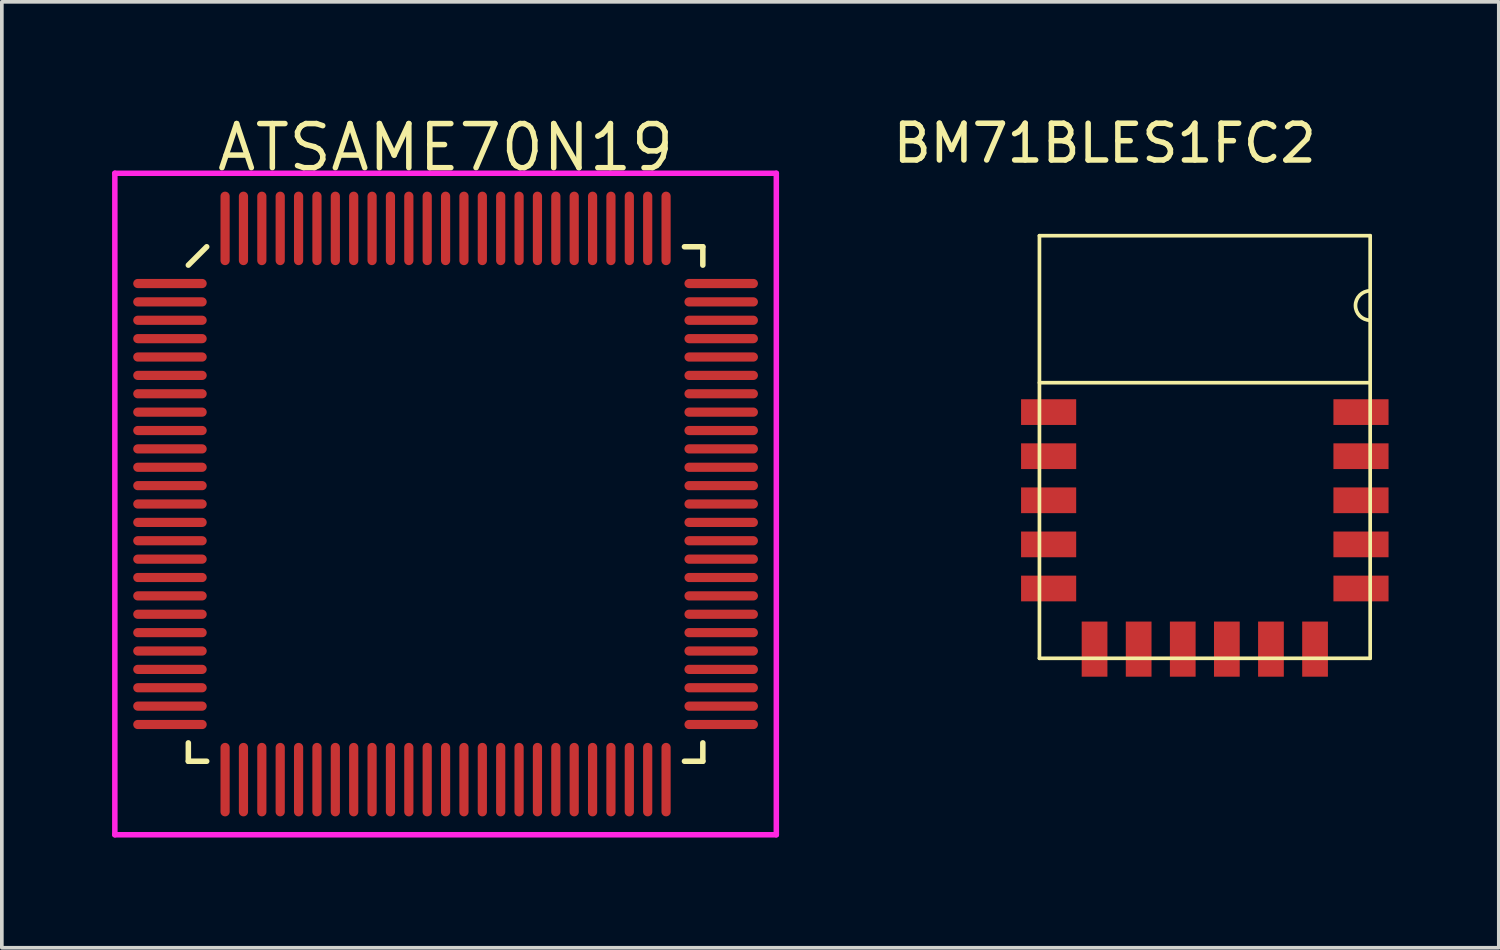
<source format=kicad_pcb>
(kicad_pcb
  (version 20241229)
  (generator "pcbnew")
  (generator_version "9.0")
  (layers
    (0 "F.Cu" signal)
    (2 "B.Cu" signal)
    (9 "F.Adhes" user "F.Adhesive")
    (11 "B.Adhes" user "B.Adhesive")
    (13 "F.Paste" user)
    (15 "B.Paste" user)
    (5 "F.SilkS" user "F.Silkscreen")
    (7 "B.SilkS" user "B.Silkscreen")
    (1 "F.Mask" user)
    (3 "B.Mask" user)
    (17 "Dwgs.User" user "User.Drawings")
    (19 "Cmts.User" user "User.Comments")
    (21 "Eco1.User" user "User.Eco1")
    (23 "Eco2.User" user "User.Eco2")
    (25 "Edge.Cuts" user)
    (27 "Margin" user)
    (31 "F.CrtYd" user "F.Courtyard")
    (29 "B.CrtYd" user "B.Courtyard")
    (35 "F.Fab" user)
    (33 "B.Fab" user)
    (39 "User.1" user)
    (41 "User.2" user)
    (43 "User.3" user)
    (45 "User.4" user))
  (footprint "ATSAME70N19"
    (layer "F.Cu")
    (at 9.075 10.665)
    (property "Reference" "ATSAME70N19" (at 0 -9.7 0) (layer "F.SilkS") (effects (font (size 1.2 1.2) (thickness 0.15))))
    (attr through_hole)
    (fp_line (start -7 -6.5) (end -6.5 -7) (stroke (width 0.15) (type solid)) (layer "F.SilkS"))
    (fp_line (start -7 7) (end -7 6.5) (stroke (width 0.15) (type solid)) (layer "F.SilkS"))
    (fp_line (start -6.5 7) (end -7 7) (stroke (width 0.15) (type solid)) (layer "F.SilkS"))
    (fp_line (start 6.5 -7) (end 7 -7) (stroke (width 0.15) (type solid)) (layer "F.SilkS"))
    (fp_line (start 6.5 7) (end 7 7) (stroke (width 0.15) (type solid)) (layer "F.SilkS"))
    (fp_line (start 7 -7) (end 7 -6.5) (stroke (width 0.15) (type solid)) (layer "F.SilkS"))
    (fp_line (start 7 7) (end 7 6.5) (stroke (width 0.15) (type solid)) (layer "F.SilkS"))
    (fp_line (start -9 -9) (end 9 -9) (stroke (width 0.15) (type solid)) (layer "F.CrtYd"))
    (fp_line (start -9 9) (end -9 -9) (stroke (width 0.15) (type solid)) (layer "F.CrtYd"))
    (fp_line (start 9 -9) (end 9 9) (stroke (width 0.15) (type solid)) (layer "F.CrtYd"))
    (fp_line (start 9 9) (end -9 9) (stroke (width 0.15) (type solid)) (layer "F.CrtYd"))
    (pad "1" smd oval (at -7.5 -6 90) (size 0.25 2) (layers "F.Cu" "F.Mask" "F.Paste"))
    (pad "2" smd oval (at -7.5 -5.5 90) (size 0.25 2) (layers "F.Cu" "F.Mask" "F.Paste"))
    (pad "3" smd oval (at -7.5 -5 90) (size 0.25 2) (layers "F.Cu" "F.Mask" "F.Paste"))
    (pad "4" smd oval (at -7.5 -4.5 90) (size 0.25 2) (layers "F.Cu" "F.Mask" "F.Paste"))
    (pad "5" smd oval (at -7.5 -4 90) (size 0.25 2) (layers "F.Cu" "F.Mask" "F.Paste"))
    (pad "6" smd oval (at -7.5 -3.5 90) (size 0.25 2) (layers "F.Cu" "F.Mask" "F.Paste"))
    (pad "7" smd oval (at -7.5 -3 90) (size 0.25 2) (layers "F.Cu" "F.Mask" "F.Paste"))
    (pad "8" smd oval (at -7.5 -2.5 90) (size 0.25 2) (layers "F.Cu" "F.Mask" "F.Paste"))
    (pad "9" smd oval (at -7.5 -2 90) (size 0.25 2) (layers "F.Cu" "F.Mask" "F.Paste"))
    (pad "10" smd oval (at -7.5 -1.5 90) (size 0.25 2) (layers "F.Cu" "F.Mask" "F.Paste"))
    (pad "11" smd oval (at -7.5 -1 90) (size 0.25 2) (layers "F.Cu" "F.Mask" "F.Paste"))
    (pad "12" smd oval (at -7.5 -0.5 90) (size 0.25 2) (layers "F.Cu" "F.Mask" "F.Paste"))
    (pad "13" smd oval (at -7.5 0 90) (size 0.25 2) (layers "F.Cu" "F.Mask" "F.Paste"))
    (pad "14" smd oval (at -7.5 0.5 90) (size 0.25 2) (layers "F.Cu" "F.Mask" "F.Paste"))
    (pad "15" smd oval (at -7.5 1 90) (size 0.25 2) (layers "F.Cu" "F.Mask" "F.Paste"))
    (pad "16" smd oval (at -7.5 1.5 90) (size 0.25 2) (layers "F.Cu" "F.Mask" "F.Paste"))
    (pad "17" smd oval (at -7.5 2 90) (size 0.25 2) (layers "F.Cu" "F.Mask" "F.Paste"))
    (pad "18" smd oval (at -7.5 2.5 90) (size 0.25 2) (layers "F.Cu" "F.Mask" "F.Paste"))
    (pad "19" smd oval (at -7.5 3 90) (size 0.25 2) (layers "F.Cu" "F.Mask" "F.Paste"))
    (pad "20" smd oval (at -7.5 3.5 90) (size 0.25 2) (layers "F.Cu" "F.Mask" "F.Paste"))
    (pad "21" smd oval (at -7.5 4 90) (size 0.25 2) (layers "F.Cu" "F.Mask" "F.Paste"))
    (pad "22" smd oval (at -7.5 4.5 90) (size 0.25 2) (layers "F.Cu" "F.Mask" "F.Paste"))
    (pad "23" smd oval (at -7.5 5 90) (size 0.25 2) (layers "F.Cu" "F.Mask" "F.Paste"))
    (pad "24" smd oval (at -7.5 5.5 90) (size 0.25 2) (layers "F.Cu" "F.Mask" "F.Paste"))
    (pad "25" smd oval (at -7.5 6 90) (size 0.25 2) (layers "F.Cu" "F.Mask" "F.Paste"))
    (pad "26" smd oval (at -6 7.5) (size 0.25 2) (layers "F.Cu" "F.Mask" "F.Paste"))
    (pad "27" smd oval (at -5.5 7.5) (size 0.25 2) (layers "F.Cu" "F.Mask" "F.Paste"))
    (pad "28" smd oval (at -5 7.5) (size 0.25 2) (layers "F.Cu" "F.Mask" "F.Paste"))
    (pad "29" smd oval (at -4.5 7.5) (size 0.25 2) (layers "F.Cu" "F.Mask" "F.Paste"))
    (pad "30" smd oval (at -4 7.5) (size 0.25 2) (layers "F.Cu" "F.Mask" "F.Paste"))
    (pad "31" smd oval (at -3.5 7.5) (size 0.25 2) (layers "F.Cu" "F.Mask" "F.Paste"))
    (pad "32" smd oval (at -3 7.5) (size 0.25 2) (layers "F.Cu" "F.Mask" "F.Paste"))
    (pad "33" smd oval (at -2.5 7.5) (size 0.25 2) (layers "F.Cu" "F.Mask" "F.Paste"))
    (pad "34" smd oval (at -2 7.5) (size 0.25 2) (layers "F.Cu" "F.Mask" "F.Paste"))
    (pad "35" smd oval (at -1.5 7.5) (size 0.25 2) (layers "F.Cu" "F.Mask" "F.Paste"))
    (pad "36" smd oval (at -1 7.5) (size 0.25 2) (layers "F.Cu" "F.Mask" "F.Paste"))
    (pad "37" smd oval (at -0.5 7.5) (size 0.25 2) (layers "F.Cu" "F.Mask" "F.Paste"))
    (pad "38" smd oval (at 0 7.5) (size 0.25 2) (layers "F.Cu" "F.Mask" "F.Paste"))
    (pad "39" smd oval (at 0.5 7.5) (size 0.25 2) (layers "F.Cu" "F.Mask" "F.Paste"))
    (pad "40" smd oval (at 1 7.5) (size 0.25 2) (layers "F.Cu" "F.Mask" "F.Paste"))
    (pad "41" smd oval (at 1.5 7.5) (size 0.25 2) (layers "F.Cu" "F.Mask" "F.Paste"))
    (pad "42" smd oval (at 2 7.5) (size 0.25 2) (layers "F.Cu" "F.Mask" "F.Paste"))
    (pad "43" smd oval (at 2.5 7.5) (size 0.25 2) (layers "F.Cu" "F.Mask" "F.Paste"))
    (pad "44" smd oval (at 3 7.5) (size 0.25 2) (layers "F.Cu" "F.Mask" "F.Paste"))
    (pad "45" smd oval (at 3.5 7.5) (size 0.25 2) (layers "F.Cu" "F.Mask" "F.Paste"))
    (pad "46" smd oval (at 4 7.5) (size 0.25 2) (layers "F.Cu" "F.Mask" "F.Paste"))
    (pad "47" smd oval (at 4.5 7.5) (size 0.25 2) (layers "F.Cu" "F.Mask" "F.Paste"))
    (pad "48" smd oval (at 5 7.5) (size 0.25 2) (layers "F.Cu" "F.Mask" "F.Paste"))
    (pad "49" smd oval (at 5.5 7.5) (size 0.25 2) (layers "F.Cu" "F.Mask" "F.Paste"))
    (pad "50" smd oval (at 6 7.5) (size 0.25 2) (layers "F.Cu" "F.Mask" "F.Paste"))
    (pad "51" smd oval (at 7.5 6 90) (size 0.25 2) (layers "F.Cu" "F.Mask" "F.Paste"))
    (pad "52" smd oval (at 7.5 5.5 90) (size 0.25 2) (layers "F.Cu" "F.Mask" "F.Paste"))
    (pad "53" smd oval (at 7.5 5 90) (size 0.25 2) (layers "F.Cu" "F.Mask" "F.Paste"))
    (pad "54" smd oval (at 7.5 4.5 90) (size 0.25 2) (layers "F.Cu" "F.Mask" "F.Paste"))
    (pad "55" smd oval (at 7.5 4 90) (size 0.25 2) (layers "F.Cu" "F.Mask" "F.Paste"))
    (pad "56" smd oval (at 7.5 3.5 90) (size 0.25 2) (layers "F.Cu" "F.Mask" "F.Paste"))
    (pad "57" smd oval (at 7.5 3 90) (size 0.25 2) (layers "F.Cu" "F.Mask" "F.Paste"))
    (pad "58" smd oval (at 7.5 2.5 90) (size 0.25 2) (layers "F.Cu" "F.Mask" "F.Paste"))
    (pad "59" smd oval (at 7.5 2 90) (size 0.25 2) (layers "F.Cu" "F.Mask" "F.Paste"))
    (pad "60" smd oval (at 7.5 1.5 90) (size 0.25 2) (layers "F.Cu" "F.Mask" "F.Paste"))
    (pad "61" smd oval (at 7.5 1 90) (size 0.25 2) (layers "F.Cu" "F.Mask" "F.Paste"))
    (pad "62" smd oval (at 7.5 0.5 90) (size 0.25 2) (layers "F.Cu" "F.Mask" "F.Paste"))
    (pad "63" smd oval (at 7.5 0 90) (size 0.25 2) (layers "F.Cu" "F.Mask" "F.Paste"))
    (pad "64" smd oval (at 7.5 -0.5 90) (size 0.25 2) (layers "F.Cu" "F.Mask" "F.Paste"))
    (pad "65" smd oval (at 7.5 -1 90) (size 0.25 2) (layers "F.Cu" "F.Mask" "F.Paste"))
    (pad "66" smd oval (at 7.5 -1.5 90) (size 0.25 2) (layers "F.Cu" "F.Mask" "F.Paste"))
    (pad "67" smd oval (at 7.5 -2 90) (size 0.25 2) (layers "F.Cu" "F.Mask" "F.Paste"))
    (pad "68" smd oval (at 7.5 -2.5 90) (size 0.25 2) (layers "F.Cu" "F.Mask" "F.Paste"))
    (pad "69" smd oval (at 7.5 -3 90) (size 0.25 2) (layers "F.Cu" "F.Mask" "F.Paste"))
    (pad "70" smd oval (at 7.5 -3.5 90) (size 0.25 2) (layers "F.Cu" "F.Mask" "F.Paste"))
    (pad "71" smd oval (at 7.5 -4 90) (size 0.25 2) (layers "F.Cu" "F.Mask" "F.Paste"))
    (pad "72" smd oval (at 7.5 -4.5 90) (size 0.25 2) (layers "F.Cu" "F.Mask" "F.Paste"))
    (pad "73" smd oval (at 7.5 -5 90) (size 0.25 2) (layers "F.Cu" "F.Mask" "F.Paste"))
    (pad "74" smd oval (at 7.5 -5.5 90) (size 0.25 2) (layers "F.Cu" "F.Mask" "F.Paste"))
    (pad "75" smd oval (at 7.5 -6 90) (size 0.25 2) (layers "F.Cu" "F.Mask" "F.Paste"))
    (pad "76" smd oval (at 6 -7.5) (size 0.25 2) (layers "F.Cu" "F.Mask" "F.Paste"))
    (pad "77" smd oval (at 5.5 -7.5) (size 0.25 2) (layers "F.Cu" "F.Mask" "F.Paste"))
    (pad "78" smd oval (at 5 -7.5) (size 0.25 2) (layers "F.Cu" "F.Mask" "F.Paste"))
    (pad "79" smd oval (at 4.5 -7.5) (size 0.25 2) (layers "F.Cu" "F.Mask" "F.Paste"))
    (pad "80" smd oval (at 4 -7.5) (size 0.25 2) (layers "F.Cu" "F.Mask" "F.Paste"))
    (pad "81" smd oval (at 3.5 -7.5) (size 0.25 2) (layers "F.Cu" "F.Mask" "F.Paste"))
    (pad "82" smd oval (at 3 -7.5) (size 0.25 2) (layers "F.Cu" "F.Mask" "F.Paste"))
    (pad "83" smd oval (at 2.5 -7.5) (size 0.25 2) (layers "F.Cu" "F.Mask" "F.Paste"))
    (pad "84" smd oval (at 2 -7.5) (size 0.25 2) (layers "F.Cu" "F.Mask" "F.Paste"))
    (pad "85" smd oval (at 1.5 -7.5) (size 0.25 2) (layers "F.Cu" "F.Mask" "F.Paste"))
    (pad "86" smd oval (at 1 -7.5) (size 0.25 2) (layers "F.Cu" "F.Mask" "F.Paste"))
    (pad "87" smd oval (at 0.5 -7.5) (size 0.25 2) (layers "F.Cu" "F.Mask" "F.Paste"))
    (pad "88" smd oval (at 0 -7.5) (size 0.25 2) (layers "F.Cu" "F.Mask" "F.Paste"))
    (pad "89" smd oval (at -0.5 -7.5) (size 0.25 2) (layers "F.Cu" "F.Mask" "F.Paste"))
    (pad "90" smd oval (at -1 -7.5) (size 0.25 2) (layers "F.Cu" "F.Mask" "F.Paste"))
    (pad "91" smd oval (at -1.5 -7.5) (size 0.25 2) (layers "F.Cu" "F.Mask" "F.Paste"))
    (pad "92" smd oval (at -2 -7.5) (size 0.25 2) (layers "F.Cu" "F.Mask" "F.Paste"))
    (pad "93" smd oval (at -2.5 -7.5) (size 0.25 2) (layers "F.Cu" "F.Mask" "F.Paste"))
    (pad "94" smd oval (at -3 -7.5) (size 0.25 2) (layers "F.Cu" "F.Mask" "F.Paste"))
    (pad "95" smd oval (at -3.5 -7.5) (size 0.25 2) (layers "F.Cu" "F.Mask" "F.Paste"))
    (pad "96" smd oval (at -4 -7.5) (size 0.25 2) (layers "F.Cu" "F.Mask" "F.Paste"))
    (pad "97" smd oval (at -4.5 -7.5) (size 0.25 2) (layers "F.Cu" "F.Mask" "F.Paste"))
    (pad "98" smd oval (at -5 -7.5) (size 0.25 2) (layers "F.Cu" "F.Mask" "F.Paste"))
    (pad "99" smd oval (at -5.5 -7.5) (size 0.25 2) (layers "F.Cu" "F.Mask" "F.Paste"))
    (pad "100" smd oval (at -6 -7.5) (size 0.25 2) (layers "F.Cu" "F.Mask" "F.Paste")))
  (footprint "BM71BLES1FC2"
    (layer "F.Cu")
    (at 25.235 14.864)
    (property "Reference" "BM71BLES1FC2" (at 1.778 -14.016 0) (layer "F.SilkS") (effects (font (size 1 1) (thickness 0.15))))
    (attr through_hole)
    (fp_line (start 0 -11.5) (end 9 -11.5) (stroke (width 0.1) (type solid)) (layer "F.SilkS"))
    (fp_line (start 0 -7.5) (end 9 -7.5) (stroke (width 0.1) (type solid)) (layer "F.SilkS"))
    (fp_line (start 0 0) (end 0 -11.5) (stroke (width 0.1) (type solid)) (layer "F.SilkS"))
    (fp_line (start 0 0) (end 9 0) (stroke (width 0.1) (type solid)) (layer "F.SilkS"))
    (fp_line (start 9 0) (end 9 -11.5) (stroke (width 0.1) (type solid)) (layer "F.SilkS"))
    (fp_arc (start 9 -9.2) (mid 8.6 -9.6) (end 9 -10) (stroke (width 0.1) (type solid)) (layer "F.SilkS"))
    (pad "1" smd rect (at 0.25 -1.9 270) (size 0.7 1.5) (layers "F.Cu" "F.Mask" "F.Paste"))
    (pad "1" smd rect (at 1.5 -0.25) (size 0.7 1.5) (layers "F.Cu" "F.Mask" "F.Paste"))
    (pad "12" smd rect (at 0.25 -3.1 270) (size 0.7 1.5) (layers "F.Cu" "F.Mask" "F.Paste"))
    (pad "12" smd rect (at 8.75 -3.1 270) (size 0.7 1.5) (layers "F.Cu" "F.Mask" "F.Paste"))
    (pad "13" smd rect (at 0.25 -4.3 270) (size 0.7 1.5) (layers "F.Cu" "F.Mask" "F.Paste"))
    (pad "13" smd rect (at 8.75 -4.3 270) (size 0.7 1.5) (layers "F.Cu" "F.Mask" "F.Paste"))
    (pad "14" smd rect (at 0.25 -5.5 270) (size 0.7 1.5) (layers "F.Cu" "F.Mask" "F.Paste"))
    (pad "14" smd rect (at 8.75 -5.5 270) (size 0.7 1.5) (layers "F.Cu" "F.Mask" "F.Paste"))
    (pad "15" smd rect (at 0.25 -6.7 270) (size 0.7 1.5) (layers "F.Cu" "F.Mask" "F.Paste"))
    (pad "15" smd rect (at 8.75 -6.7 270) (size 0.7 1.5) (layers "F.Cu" "F.Mask" "F.Paste"))
    (pad "15" smd rect (at 8.75 -1.9 270) (size 0.7 1.5) (layers "F.Cu" "F.Mask" "F.Paste"))
    (pad "21" smd rect (at 2.7 -0.25) (size 0.7 1.5) (layers "F.Cu" "F.Mask" "F.Paste"))
    (pad "31" smd rect (at 3.9 -0.25) (size 0.7 1.5) (layers "F.Cu" "F.Mask" "F.Paste"))
    (pad "41" smd rect (at 5.1 -0.25) (size 0.7 1.5) (layers "F.Cu" "F.Mask" "F.Paste"))
    (pad "51" smd rect (at 6.3 -0.25) (size 0.7 1.5) (layers "F.Cu" "F.Mask" "F.Paste"))
    (pad "61" smd rect (at 7.5 -0.25) (size 0.7 1.5) (layers "F.Cu" "F.Mask" "F.Paste")))
  (gr_rect
    (start -3 -3)
    (end 37.735 22.74)
    (stroke (width 0.1) (type default))
    (fill no)
    (layer "Edge.Cuts")))
</source>
